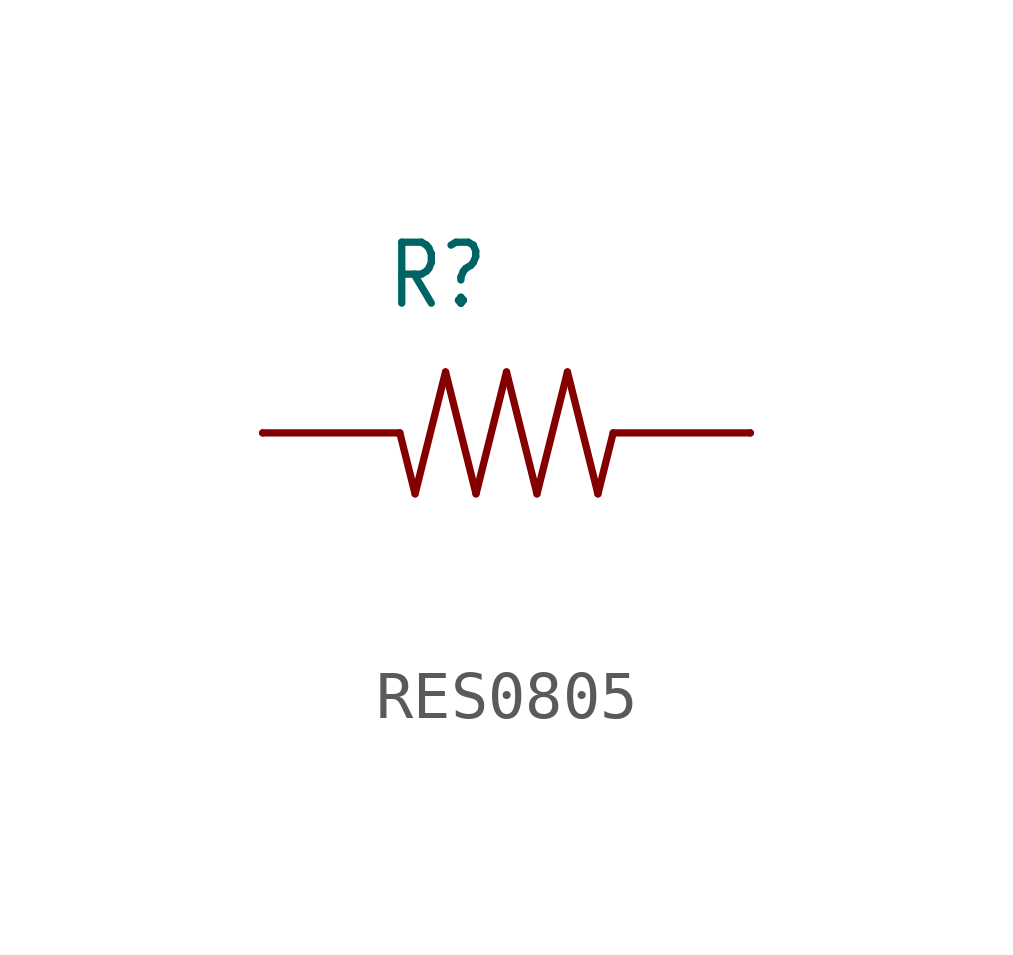
<source format=kicad_sym>
(kicad_symbol_lib
  (version 20231120)
  (generator "kicad_symbol_editor")
  (generator_version "8.0")
  (symbol "RES0805"
    (property "Reference" "R"
      (at -2.54 2.54 0)
      (effects (font (size 1.27 1.079)) (justify left bottom)))
    (property "Value" ""
      (at -2.54 -3.81 0)
      (effects (font (size 1.27 1.079)) (justify left bottom)))
    (property "ki_locked" ""
      (at 0 0 0)
      (effects (font (size 1.27 1.27))))
    (symbol "RES0805_1_0"
      (polyline (pts (xy -2.223 0) (xy -5.08 0)) (stroke (width 0.152) (type solid)) (fill (type none)))
      (polyline (pts (xy -1.905 -1.27) (xy -2.223 0)) (stroke (width 0.152) (type solid)) (fill (type none)))
      (polyline (pts (xy -1.905 -1.27) (xy -1.27 1.27)) (stroke (width 0.152) (type solid)) (fill (type none)))
      (polyline (pts (xy -0.635 -1.27) (xy -1.27 1.27)) (stroke (width 0.152) (type solid)) (fill (type none)))
      (polyline (pts (xy -0.635 -1.27) (xy 0 1.27)) (stroke (width 0.152) (type solid)) (fill (type none)))
      (polyline (pts (xy 0 1.27) (xy 0.635 -1.27)) (stroke (width 0.152) (type solid)) (fill (type none)))
      (polyline (pts (xy 0.635 -1.27) (xy 1.27 1.27)) (stroke (width 0.152) (type solid)) (fill (type none)))
      (polyline (pts (xy 1.27 1.27) (xy 1.905 -1.27)) (stroke (width 0.152) (type solid)) (fill (type none)))
      (polyline (pts (xy 1.905 -1.27) (xy 2.223 0)) (stroke (width 0.152) (type solid)) (fill (type none)))
      (polyline (pts (xy 2.223 0) (xy 5.08 0)) (stroke (width 0.152) (type solid)) (fill (type none)))
      (pin passive line (at -5.08 0 0) (length 0) (name "P$1" (effects (font (size 0 0)))) (number "1" (effects (font (size 0 0)))))
      (pin passive line (at 5.08 0 180) (length 0) (name "P$2" (effects (font (size 0 0)))) (number "2" (effects (font (size 0 0))))))))
</source>
